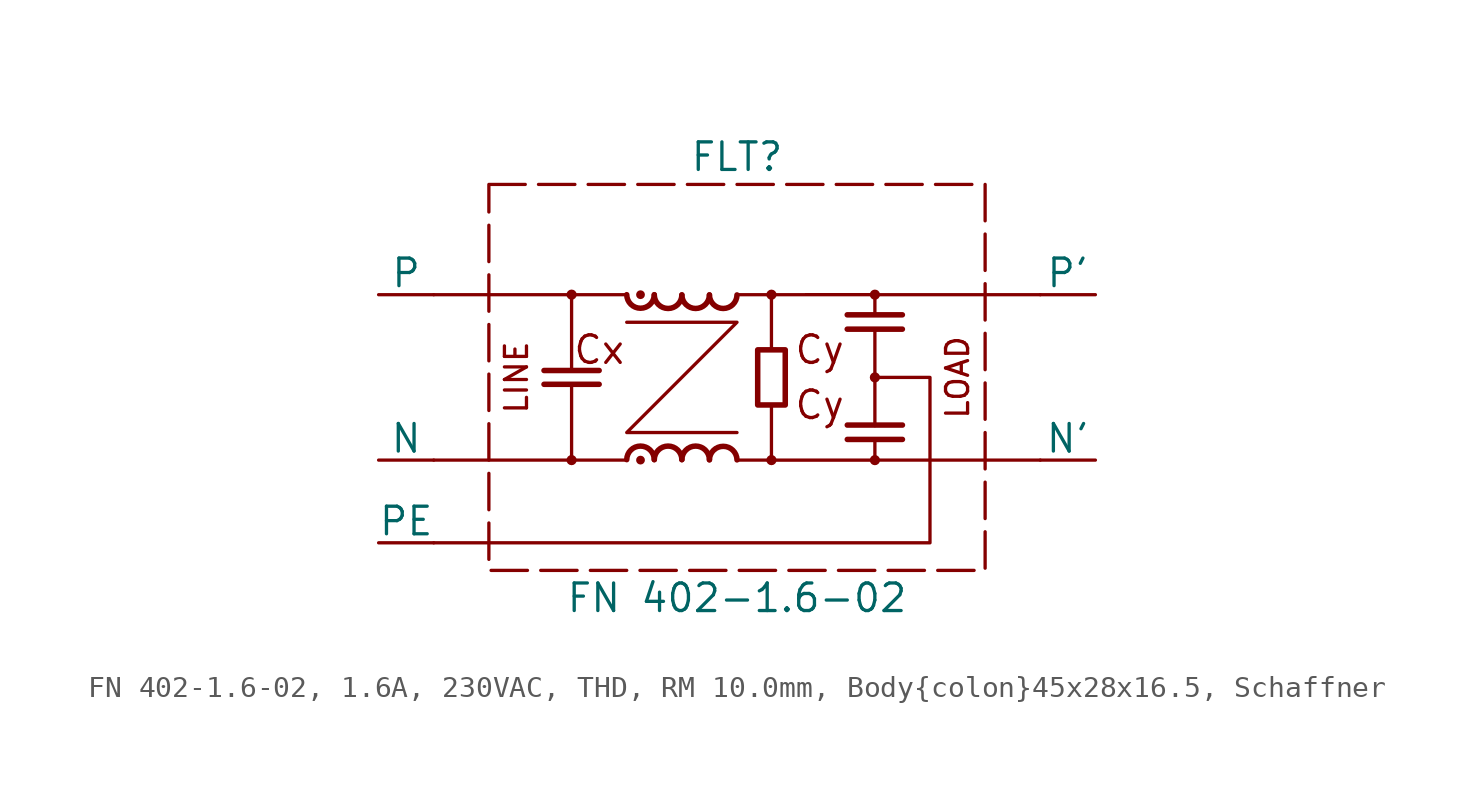
<source format=kicad_sym>
(kicad_symbol_lib
  (version 20231120)
  (generator "kicad_symbol_editor")
  (generator_version "8.0")
  (symbol "FN 402-1.6-02, 1.6A, 230VAC, THD, RM 10.0mm, Body{colon}45x28x16.5, Schaffner"
    (pin_numbers hide)
    (pin_names
      (offset 0))
    (property "Reference" "FLT"
      (at 0 10.16 0)
      (effects (font (size 1.27 1.27))))
    (property "Value" "FN 402-1.6-02"
      (at 0 -10.16 0)
      (effects (font (size 1.27 1.27))))
    (symbol "FN 402-1.6-02, 1.6A, 230VAC, THD, RM 10.0mm, Body{colon}45x28x16.5, Schaffner_0_1"
      (polyline (pts (xy -8.89 -0.318) (xy -6.35 -0.318)) (stroke (width 0.254) (type default)) (fill (type none)))
      (polyline (pts (xy -8.89 0.318) (xy -6.35 0.318)) (stroke (width 0.254) (type default)) (fill (type none)))
      (polyline (pts (xy 1.587 -1.27) (xy 1.587 -3.81)) (stroke (width 0) (type default)) (fill (type none)))
      (polyline (pts (xy 1.587 3.81) (xy 1.587 1.27)) (stroke (width 0) (type default)) (fill (type none)))
      (polyline (pts (xy 5.078 2.222) (xy 7.618 2.222)) (stroke (width 0.254) (type default)) (fill (type none)))
      (polyline (pts (xy 5.078 2.883) (xy 7.618 2.883)) (stroke (width 0.254) (type default)) (fill (type none)))
      (polyline (pts (xy 5.081 -2.857) (xy 7.621 -2.857)) (stroke (width 0.254) (type default)) (fill (type none)))
      (polyline (pts (xy 5.081 -2.196) (xy 7.621 -2.196)) (stroke (width 0.254) (type default)) (fill (type none)))
      (polyline (pts (xy 6.352 2.223) (xy 6.352 -2.223)) (stroke (width 0) (type default)) (fill (type none)))
      (polyline (pts (xy 13.97 -3.81) (xy 6.35 -3.81)) (stroke (width 0) (type default)) (fill (type none)))
      (polyline (pts (xy 13.97 3.81) (xy 6.35 3.81)) (stroke (width 0) (type default)) (fill (type none)))
      (polyline (pts (xy -7.62 0.319) (xy -7.62 3.812) (xy -7.618 3.811)) (stroke (width 0) (type default)) (fill (type none)))
      (polyline (pts (xy -7.618 -3.809) (xy -7.62 -3.81) (xy -7.62 -0.316)) (stroke (width 0) (type default)) (fill (type none)))
      (polyline (pts (xy 6.352 -2.858) (xy 6.352 -3.811) (xy 0 -3.81)) (stroke (width 0) (type default)) (fill (type none)))
      (polyline (pts (xy 6.352 2.858) (xy 6.352 3.811) (xy 0 3.81)) (stroke (width 0) (type default)) (fill (type none)))
      (polyline (pts (xy -13.97 -7.62) (xy 8.89 -7.62) (xy 8.89 0) (xy 6.35 0)) (stroke (width 0) (type default)) (fill (type none)))
      (rectangle (start 0.953 1.27) (end 2.223 -1.27) (stroke (width 0.254) (type default)) (fill (type none))))
    (symbol "FN 402-1.6-02, 1.6A, 230VAC, THD, RM 10.0mm, Body{colon}45x28x16.5, Schaffner_1_1"
      (rectangle (start -11.43 8.89) (end 11.43 -8.89) (stroke (width 0) (type dash)) (fill (type none)))
      (circle (center -7.62 -3.81) (radius 0.159) (stroke (width 0) (type default)) (fill (type outline)))
      (circle (center -7.62 3.812) (radius 0.159) (stroke (width 0) (type default)) (fill (type outline)))
      (arc (start -5.08 3.81) (mid -4.445 3.1862) (end -3.81 3.81) (stroke (width 0.254) (type default)) (fill (type none)))
      (circle (center -4.445 -3.81) (radius 0.127) (stroke (width 0) (type default)) (fill (type outline)))
      (circle (center -4.445 3.81) (radius 0.127) (stroke (width 0) (type default)) (fill (type outline)))
      (arc (start -3.81 -3.7874) (mid -4.445 -3.1636) (end -5.08 -3.7874) (stroke (width 0.254) (type default)) (fill (type none)))
      (arc (start -3.81 3.7987) (mid -3.175 3.1749) (end -2.54 3.7987) (stroke (width 0.254) (type default)) (fill (type none)))
      (arc (start -2.54 -3.7874) (mid -3.175 -3.1636) (end -3.81 -3.7874) (stroke (width 0.254) (type default)) (fill (type none)))
      (arc (start -2.54 3.7987) (mid -1.905 3.1749) (end -1.27 3.7987) (stroke (width 0.254) (type default)) (fill (type none)))
      (arc (start -1.27 -3.7874) (mid -1.905 -3.1636) (end -2.54 -3.7874) (stroke (width 0.254) (type default)) (fill (type none)))
      (arc (start -1.27 3.7987) (mid -0.635 3.1749) (end 0 3.7987) (stroke (width 0.254) (type default)) (fill (type none)))
      (arc (start 0 -3.7987) (mid -0.635 -3.1749) (end -1.27 -3.7987) (stroke (width 0.254) (type default)) (fill (type none)))
      (polyline (pts (xy -13.97 3.81) (xy -5.08 3.81)) (stroke (width 0) (type default)) (fill (type none)))
      (polyline (pts (xy -5.08 -3.81) (xy -13.97 -3.81)) (stroke (width 0) (type default)) (fill (type none)))
      (polyline (pts (xy -5.08 2.54) (xy 0 2.54) (xy -5.08 -2.54) (xy 0 -2.54)) (stroke (width 0) (type default)) (fill (type none)))
      (circle (center 1.587 -3.81) (radius 0.159) (stroke (width 0) (type default)) (fill (type outline)))
      (circle (center 1.587 3.81) (radius 0.159) (stroke (width 0) (type default)) (fill (type outline)))
      (circle (center 6.352 -3.811) (radius 0.159) (stroke (width 0) (type default)) (fill (type outline)))
      (circle (center 6.352 0) (radius 0.159) (stroke (width 0) (type default)) (fill (type outline)))
      (circle (center 6.352 3.811) (radius 0.159) (stroke (width 0) (type default)) (fill (type outline)))
      (text "Cx" (at -6.348 1.271 0) (effects (font (size 1.27 1.27))))
      (text "Cy" (at 3.81 -1.27 0) (effects (font (size 1.27 1.27))))
      (text "Cy" (at 3.81 1.27 0) (effects (font (size 1.27 1.27))))
      (text "LINE" (at -10.16 0 900) (effects (font (size 1.016 1.016))))
      (text "LOAD" (at 10.16 0 900) (effects (font (size 1.016 1.016))))
      (pin passive line (at -16.51 -3.81 0) (length 2.54) (name "N" (effects (font (size 1.27 1.27)))) (number "N" (effects (font (size 1.27 1.27)))))
      (pin power_out line (at 16.51 -3.81 180) (length 2.54) (name "N'" (effects (font (size 1.27 1.27)))) (number "N'" (effects (font (size 1.27 1.27)))))
      (pin passive line (at -16.51 3.81 0) (length 2.54) (name "P" (effects (font (size 1.27 1.27)))) (number "P" (effects (font (size 1.27 1.27)))))
      (pin power_out line (at 16.51 3.81 180) (length 2.54) (name "P'" (effects (font (size 1.27 1.27)))) (number "P'" (effects (font (size 1.27 1.27)))))
      (pin passive line (at -16.51 -7.62 0) (length 2.54) (name "PE" (effects (font (size 1.27 1.27)))) (number "PE" (effects (font (size 1.27 1.27))))))))
</source>
